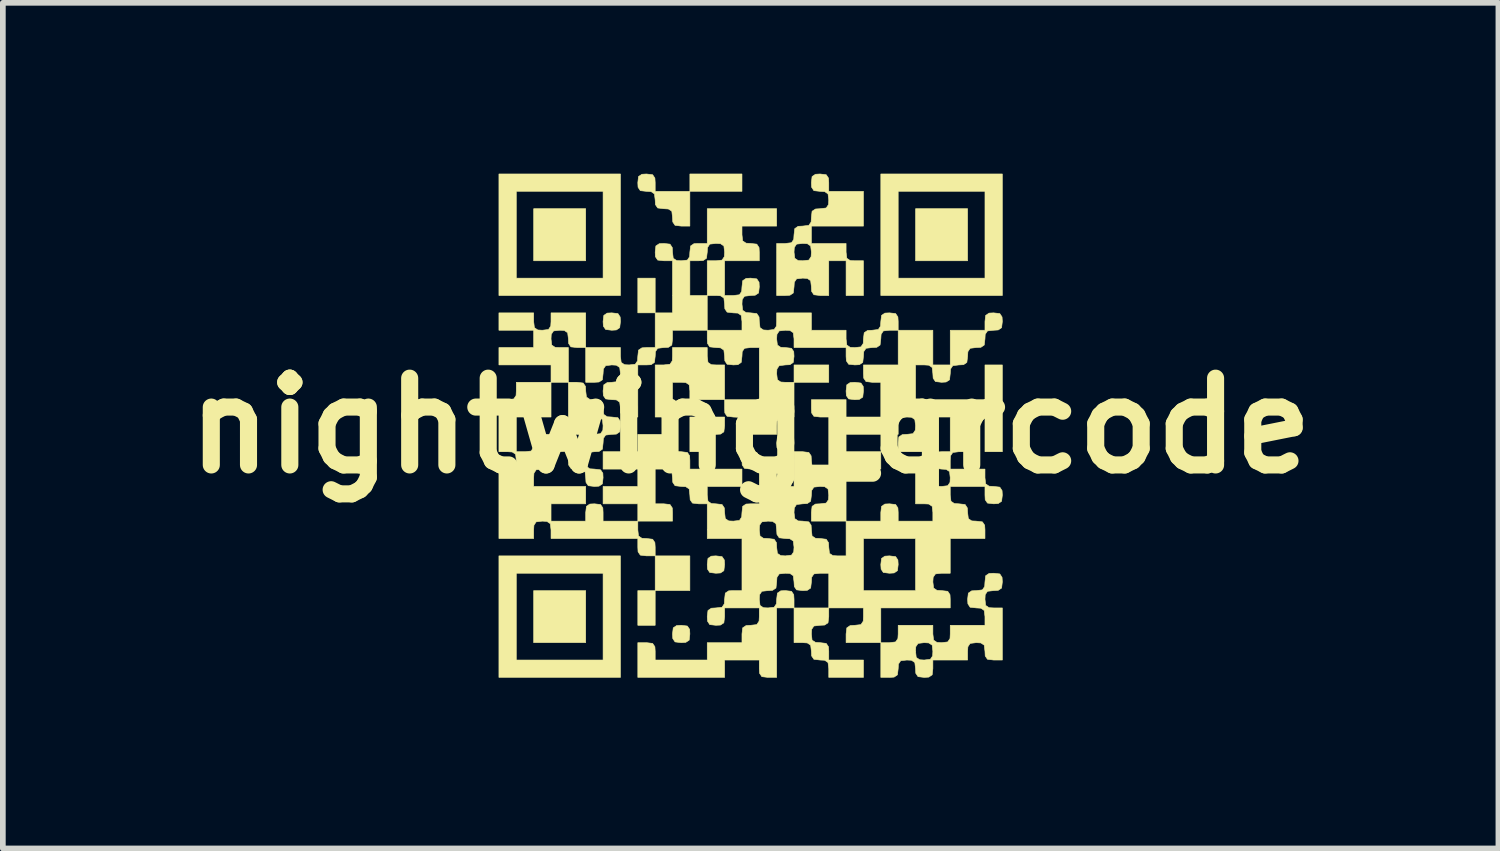
<source format=kicad_pcb>
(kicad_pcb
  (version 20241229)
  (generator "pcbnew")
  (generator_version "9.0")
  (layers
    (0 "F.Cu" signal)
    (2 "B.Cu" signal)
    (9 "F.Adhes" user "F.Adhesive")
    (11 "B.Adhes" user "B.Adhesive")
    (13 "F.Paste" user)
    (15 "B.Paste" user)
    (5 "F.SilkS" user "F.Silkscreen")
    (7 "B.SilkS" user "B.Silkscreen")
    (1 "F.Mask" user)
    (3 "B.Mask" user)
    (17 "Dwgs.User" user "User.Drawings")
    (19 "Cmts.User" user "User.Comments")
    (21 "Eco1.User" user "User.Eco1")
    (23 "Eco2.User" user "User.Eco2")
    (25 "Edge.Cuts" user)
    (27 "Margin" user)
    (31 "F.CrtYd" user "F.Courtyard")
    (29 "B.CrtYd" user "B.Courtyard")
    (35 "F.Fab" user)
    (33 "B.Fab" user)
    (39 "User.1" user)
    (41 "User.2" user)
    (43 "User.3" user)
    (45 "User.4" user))
  (footprint "nightwing_qrcode"
    (layer "F.Cu")
    (at 10.131 4.425)
    (property "Reference" "nightwing_qrcode" (at 0 0 0) (layer "F.SilkS") (effects (font (size 1.524 1.524) (thickness 0.3))))
    (attr through_hole)
    (fp_poly (pts (xy -2.896 -2.896) (xy -3.81 -2.896) (xy -3.81 -3.81) (xy -2.896 -3.81) (xy -2.896 -2.896)) (stroke (width 0.01) (type solid)) (fill yes) (layer "F.SilkS"))
    (fp_poly (pts (xy -2.896 3.81) (xy -3.81 3.81) (xy -3.81 2.896) (xy -2.896 2.896) (xy -2.896 3.81)) (stroke (width 0.01) (type solid)) (fill yes) (layer "F.SilkS"))
    (fp_poly (pts (xy -1.676 -1.981) (xy -1.981 -1.981) (xy -1.981 -2.591) (xy -1.676 -2.591) (xy -1.676 -1.981)) (stroke (width 0.01) (type solid)) (fill yes) (layer "F.SilkS"))
    (fp_poly (pts (xy -1.676 3.505) (xy -1.981 3.505) (xy -1.981 2.896) (xy -1.676 2.896) (xy -1.676 3.505)) (stroke (width 0.01) (type solid)) (fill yes) (layer "F.SilkS"))
    (fp_poly (pts (xy -1.067 2.896) (xy -1.676 2.896) (xy -1.676 2.286) (xy -1.067 2.286) (xy -1.067 2.896)) (stroke (width 0.01) (type solid)) (fill yes) (layer "F.SilkS"))
    (fp_poly (pts (xy -0.152 -4.115) (xy -1.067 -4.115) (xy -1.067 -4.42) (xy -0.152 -4.42) (xy -0.152 -4.115)) (stroke (width 0.01) (type solid)) (fill yes) (layer "F.SilkS"))
    (fp_poly (pts (xy 1.372 -0.762) (xy 0.762 -0.762) (xy 0.762 -1.067) (xy 1.372 -1.067) (xy 1.372 -0.762)) (stroke (width 0.01) (type solid)) (fill yes) (layer "F.SilkS"))
    (fp_poly (pts (xy 3.81 -2.896) (xy 2.896 -2.896) (xy 2.896 -3.81) (xy 3.81 -3.81) (xy 3.81 -2.896)) (stroke (width 0.01) (type solid)) (fill yes) (layer "F.SilkS"))
    (fp_poly (pts (xy -2.286 -2.286) (xy -4.42 -2.286) (xy -4.42 -4.115) (xy -4.115 -4.115) (xy -4.115 -2.591) (xy -2.591 -2.591) (xy -2.591 -4.115) (xy -4.115 -4.115) (xy -4.42 -4.115) (xy -4.42 -4.42) (xy -2.286 -4.42) (xy -2.286 -2.286)) (stroke (width 0.01) (type solid)) (fill yes) (layer "F.SilkS"))
    (fp_poly (pts (xy -2.286 4.42) (xy -4.42 4.42) (xy -4.42 2.591) (xy -4.115 2.591) (xy -4.115 4.115) (xy -2.591 4.115) (xy -2.591 2.591) (xy -4.115 2.591) (xy -4.42 2.591) (xy -4.42 2.286) (xy -2.286 2.286) (xy -2.286 4.42)) (stroke (width 0.01) (type solid)) (fill yes) (layer "F.SilkS"))
    (fp_poly (pts (xy 4.42 -2.286) (xy 2.286 -2.286) (xy 2.286 -4.115) (xy 2.591 -4.115) (xy 2.591 -2.591) (xy 4.115 -2.591) (xy 4.115 -4.115) (xy 2.591 -4.115) (xy 2.286 -4.115) (xy 2.286 -4.42) (xy 4.42 -4.42) (xy 4.42 -2.286)) (stroke (width 0.01) (type solid)) (fill yes) (layer "F.SilkS"))
    (fp_poly (pts (xy -2.33 -1.969) (xy -2.291 -1.909) (xy -2.286 -1.829) (xy -2.299 -1.721) (xy -2.358 -1.681) (xy -2.438 -1.676) (xy -2.546 -1.689) (xy -2.586 -1.748) (xy -2.591 -1.829) (xy -2.578 -1.937) (xy -2.519 -1.977) (xy -2.438 -1.981) (xy -2.33 -1.969)) (stroke (width 0.01) (type solid)) (fill yes) (layer "F.SilkS"))
    (fp_poly (pts (xy -1.111 3.518) (xy -1.071 3.577) (xy -1.067 3.658) (xy -1.079 3.766) (xy -1.139 3.805) (xy -1.219 3.81) (xy -1.327 3.797) (xy -1.367 3.738) (xy -1.372 3.658) (xy -1.359 3.55) (xy -1.3 3.51) (xy -1.219 3.505) (xy -1.111 3.518)) (stroke (width 0.01) (type solid)) (fill yes) (layer "F.SilkS"))
    (fp_poly (pts (xy -0.502 2.299) (xy -0.462 2.358) (xy -0.457 2.438) (xy -0.47 2.546) (xy -0.529 2.586) (xy -0.61 2.591) (xy -0.718 2.578) (xy -0.757 2.519) (xy -0.762 2.438) (xy -0.749 2.33) (xy -0.69 2.291) (xy -0.61 2.286) (xy -0.502 2.299)) (stroke (width 0.01) (type solid)) (fill yes) (layer "F.SilkS"))
    (fp_poly (pts (xy 0.108 0.47) (xy 0.148 0.529) (xy 0.152 0.61) (xy 0.14 0.718) (xy 0.08 0.757) (xy 0 0.762) (xy -0.108 0.749) (xy -0.148 0.69) (xy -0.152 0.61) (xy -0.14 0.502) (xy -0.08 0.462) (xy 0 0.457) (xy 0.108 0.47)) (stroke (width 0.01) (type solid)) (fill yes) (layer "F.SilkS"))
    (fp_poly (pts (xy 0.718 0.165) (xy 0.757 0.224) (xy 0.762 0.305) (xy 0.749 0.413) (xy 0.69 0.453) (xy 0.61 0.457) (xy 0.502 0.445) (xy 0.462 0.385) (xy 0.457 0.305) (xy 0.47 0.197) (xy 0.529 0.157) (xy 0.61 0.152) (xy 0.718 0.165)) (stroke (width 0.01) (type solid)) (fill yes) (layer "F.SilkS"))
    (fp_poly (pts (xy 1.937 -0.749) (xy 1.977 -0.69) (xy 1.981 -0.61) (xy 1.969 -0.502) (xy 1.909 -0.462) (xy 1.829 -0.457) (xy 1.721 -0.47) (xy 1.681 -0.529) (xy 1.676 -0.61) (xy 1.689 -0.718) (xy 1.748 -0.757) (xy 1.829 -0.762) (xy 1.937 -0.749)) (stroke (width 0.01) (type solid)) (fill yes) (layer "F.SilkS"))
    (fp_poly (pts (xy 2.546 2.299) (xy 2.586 2.358) (xy 2.591 2.438) (xy 2.578 2.546) (xy 2.519 2.586) (xy 2.438 2.591) (xy 2.33 2.578) (xy 2.291 2.519) (xy 2.286 2.438) (xy 2.299 2.33) (xy 2.358 2.291) (xy 2.438 2.286) (xy 2.546 2.299)) (stroke (width 0.01) (type solid)) (fill yes) (layer "F.SilkS"))
    (fp_poly (pts (xy -0.457 0) (xy -0.47 0.108) (xy -0.529 0.148) (xy -0.61 0.152) (xy -0.718 0.165) (xy -0.757 0.224) (xy -0.762 0.305) (xy -0.775 0.413) (xy -0.834 0.453) (xy -0.914 0.457) (xy -1.067 0.457) (xy -1.067 -0.152) (xy -0.457 -0.152) (xy -0.457 0)) (stroke (width 0.01) (type solid)) (fill yes) (layer "F.SilkS"))
    (fp_poly (pts (xy -0.762 -1.219) (xy -0.749 -1.111) (xy -0.69 -1.071) (xy -0.61 -1.067) (xy -0.457 -1.067) (xy -0.457 -0.457) (xy -1.067 -0.457) (xy -1.067 -0.61) (xy -1.079 -0.718) (xy -1.139 -0.757) (xy -1.219 -0.762) (xy -1.372 -0.762) (xy -1.372 -0.152) (xy -1.676 -0.152) (xy -1.676 -1.067) (xy -1.524 -1.067) (xy -1.416 -1.079) (xy -1.376 -1.139) (xy -1.372 -1.219) (xy -1.372 -1.372) (xy -0.762 -1.372) (xy -0.762 -1.219)) (stroke (width 0.01) (type solid)) (fill yes) (layer "F.SilkS"))
    (fp_poly (pts (xy -1.721 -4.407) (xy -1.681 -4.348) (xy -1.676 -4.267) (xy -1.676 -4.115) (xy -1.067 -4.115) (xy -1.067 -3.505) (xy -1.219 -3.505) (xy -1.327 -3.518) (xy -1.367 -3.577) (xy -1.372 -3.658) (xy -1.384 -3.766) (xy -1.444 -3.805) (xy -1.524 -3.81) (xy -1.632 -3.823) (xy -1.672 -3.882) (xy -1.676 -3.962) (xy -1.689 -4.07) (xy -1.748 -4.11) (xy -1.829 -4.115) (xy -1.937 -4.127) (xy -1.977 -4.187) (xy -1.981 -4.267) (xy -1.969 -4.375) (xy -1.909 -4.415) (xy -1.829 -4.42) (xy -1.721 -4.407)) (stroke (width 0.01) (type solid)) (fill yes) (layer "F.SilkS"))
    (fp_poly (pts (xy -2.94 -0.749) (xy -2.9 -0.69) (xy -2.896 -0.61) (xy -2.883 -0.502) (xy -2.824 -0.462) (xy -2.743 -0.457) (xy -2.635 -0.445) (xy -2.595 -0.385) (xy -2.591 -0.305) (xy -2.578 -0.197) (xy -2.519 -0.157) (xy -2.438 -0.152) (xy -2.33 -0.14) (xy -2.291 -0.08) (xy -2.286 0) (xy -2.299 0.108) (xy -2.358 0.148) (xy -2.438 0.152) (xy -2.546 0.165) (xy -2.586 0.224) (xy -2.591 0.305) (xy -2.603 0.413) (xy -2.663 0.453) (xy -2.743 0.457) (xy -2.851 0.47) (xy -2.891 0.529) (xy -2.896 0.61) (xy -2.883 0.718) (xy -2.824 0.757) (xy -2.743 0.762) (xy -2.635 0.775) (xy -2.595 0.834) (xy -2.591 0.914) (xy -2.603 1.022) (xy -2.663 1.062) (xy -2.743 1.067) (xy -2.851 1.054) (xy -2.891 0.995) (xy -2.896 0.914) (xy -2.908 0.806) (xy -2.968 0.767) (xy -3.048 0.762) (xy -3.156 0.749) (xy -3.196 0.69) (xy -3.2 0.61) (xy -3.188 0.502) (xy -3.128 0.462) (xy -3.048 0.457) (xy -2.94 0.445) (xy -2.9 0.385) (xy -2.896 0.305) (xy -2.908 0.197) (xy -2.968 0.157) (xy -3.048 0.152) (xy -3.2 0.152) (xy -3.2 0) (xy -2.896 0) (xy -2.883 0.108) (xy -2.824 0.148) (xy -2.743 0.152) (xy -2.635 0.14) (xy -2.595 0.08) (xy -2.591 0) (xy -2.603 -0.108) (xy -2.663 -0.148) (xy -2.743 -0.152) (xy -2.851 -0.14) (xy -2.891 -0.08) (xy -2.896 0) (xy -3.2 0) (xy -3.2 -0.762) (xy -3.048 -0.762) (xy -2.94 -0.749)) (stroke (width 0.01) (type solid)) (fill yes) (layer "F.SilkS"))
    (fp_poly (pts (xy 1.327 -4.407) (xy 1.367 -4.348) (xy 1.372 -4.267) (xy 1.372 -4.115) (xy 1.981 -4.115) (xy 1.981 -3.505) (xy 1.067 -3.505) (xy 1.067 -3.2) (xy 1.676 -3.2) (xy 1.676 -3.048) (xy 1.689 -2.94) (xy 1.748 -2.9) (xy 1.829 -2.896) (xy 1.981 -2.896) (xy 1.981 -2.286) (xy 1.676 -2.286) (xy 1.676 -2.896) (xy 1.372 -2.896) (xy 1.372 -2.286) (xy 1.219 -2.286) (xy 1.111 -2.299) (xy 1.071 -2.358) (xy 1.067 -2.438) (xy 1.054 -2.546) (xy 0.995 -2.586) (xy 0.914 -2.591) (xy 0.806 -2.578) (xy 0.767 -2.519) (xy 0.762 -2.438) (xy 0.749 -2.33) (xy 0.69 -2.291) (xy 0.61 -2.286) (xy 0.457 -2.286) (xy 0.457 -3.048) (xy 0.762 -3.048) (xy 0.775 -2.94) (xy 0.834 -2.9) (xy 0.914 -2.896) (xy 1.022 -2.908) (xy 1.062 -2.968) (xy 1.067 -3.048) (xy 1.054 -3.156) (xy 0.995 -3.196) (xy 0.914 -3.2) (xy 0.806 -3.188) (xy 0.767 -3.128) (xy 0.762 -3.048) (xy 0.457 -3.048) (xy 0.457 -3.2) (xy 0.61 -3.2) (xy 0.718 -3.213) (xy 0.757 -3.272) (xy 0.762 -3.353) (xy 0.775 -3.461) (xy 0.834 -3.501) (xy 0.914 -3.505) (xy 1.022 -3.518) (xy 1.062 -3.577) (xy 1.067 -3.658) (xy 1.079 -3.766) (xy 1.139 -3.805) (xy 1.219 -3.81) (xy 1.327 -3.823) (xy 1.367 -3.882) (xy 1.372 -3.962) (xy 1.359 -4.07) (xy 1.3 -4.11) (xy 1.219 -4.115) (xy 1.111 -4.127) (xy 1.071 -4.187) (xy 1.067 -4.267) (xy 1.079 -4.375) (xy 1.139 -4.415) (xy 1.219 -4.42) (xy 1.327 -4.407)) (stroke (width 0.01) (type solid)) (fill yes) (layer "F.SilkS"))
    (fp_poly (pts (xy 4.375 2.603) (xy 4.415 2.663) (xy 4.42 2.743) (xy 4.407 2.851) (xy 4.348 2.891) (xy 4.267 2.896) (xy 4.159 2.908) (xy 4.119 2.968) (xy 4.115 3.048) (xy 4.127 3.156) (xy 4.187 3.196) (xy 4.267 3.2) (xy 4.42 3.2) (xy 4.42 4.115) (xy 4.267 4.115) (xy 4.159 4.102) (xy 4.119 4.043) (xy 4.115 3.962) (xy 4.102 3.854) (xy 4.043 3.815) (xy 3.962 3.81) (xy 3.854 3.823) (xy 3.815 3.882) (xy 3.81 3.962) (xy 3.81 4.115) (xy 3.2 4.115) (xy 3.2 4.267) (xy 3.188 4.375) (xy 3.128 4.415) (xy 3.048 4.42) (xy 2.94 4.407) (xy 2.9 4.348) (xy 2.896 4.267) (xy 2.883 4.159) (xy 2.824 4.119) (xy 2.743 4.115) (xy 2.635 4.127) (xy 2.595 4.187) (xy 2.591 4.267) (xy 2.578 4.375) (xy 2.519 4.415) (xy 2.438 4.42) (xy 2.286 4.42) (xy 2.286 3.962) (xy 2.896 3.962) (xy 2.908 4.07) (xy 2.968 4.11) (xy 3.048 4.115) (xy 3.156 4.102) (xy 3.196 4.043) (xy 3.2 3.962) (xy 3.188 3.854) (xy 3.128 3.815) (xy 3.048 3.81) (xy 2.94 3.823) (xy 2.9 3.882) (xy 2.896 3.962) (xy 2.286 3.962) (xy 2.286 3.81) (xy 2.438 3.81) (xy 2.546 3.797) (xy 2.586 3.738) (xy 2.591 3.658) (xy 2.591 3.505) (xy 3.2 3.505) (xy 3.2 3.658) (xy 3.213 3.766) (xy 3.272 3.805) (xy 3.353 3.81) (xy 3.461 3.797) (xy 3.501 3.738) (xy 3.505 3.658) (xy 3.505 3.505) (xy 4.115 3.505) (xy 4.115 3.353) (xy 4.102 3.245) (xy 4.043 3.205) (xy 3.962 3.2) (xy 3.854 3.188) (xy 3.815 3.128) (xy 3.81 3.048) (xy 3.823 2.94) (xy 3.882 2.9) (xy 3.962 2.896) (xy 4.07 2.883) (xy 4.11 2.824) (xy 4.115 2.743) (xy 4.127 2.635) (xy 4.187 2.595) (xy 4.267 2.591) (xy 4.375 2.603)) (stroke (width 0.01) (type solid)) (fill yes) (layer "F.SilkS"))
    (fp_poly (pts (xy 3.2 -1.676) (xy 3.2 -1.067) (xy 3.505 -1.067) (xy 3.505 -1.676) (xy 4.115 -1.676) (xy 4.115 -1.829) (xy 4.127 -1.937) (xy 4.187 -1.977) (xy 4.267 -1.981) (xy 4.375 -1.969) (xy 4.415 -1.909) (xy 4.42 -1.829) (xy 4.407 -1.721) (xy 4.348 -1.681) (xy 4.267 -1.676) (xy 4.159 -1.664) (xy 4.119 -1.604) (xy 4.115 -1.524) (xy 4.102 -1.416) (xy 4.043 -1.376) (xy 3.962 -1.372) (xy 3.854 -1.359) (xy 3.815 -1.3) (xy 3.81 -1.219) (xy 3.797 -1.111) (xy 3.738 -1.071) (xy 3.658 -1.067) (xy 3.55 -1.054) (xy 3.51 -0.995) (xy 3.505 -0.914) (xy 3.493 -0.806) (xy 3.433 -0.767) (xy 3.353 -0.762) (xy 3.245 -0.775) (xy 3.205 -0.834) (xy 3.2 -0.914) (xy 3.188 -1.022) (xy 3.128 -1.062) (xy 3.048 -1.067) (xy 2.896 -1.067) (xy 2.896 -0.457) (xy 4.115 -0.457) (xy 4.115 -1.067) (xy 4.42 -1.067) (xy 4.42 0.457) (xy 4.115 0.457) (xy 4.115 -0.152) (xy 3.81 -0.152) (xy 3.81 0.457) (xy 3.658 0.457) (xy 3.55 0.47) (xy 3.51 0.529) (xy 3.505 0.61) (xy 3.505 0.762) (xy 4.115 0.762) (xy 4.115 0.914) (xy 4.127 1.022) (xy 4.187 1.062) (xy 4.267 1.067) (xy 4.375 1.079) (xy 4.415 1.139) (xy 4.42 1.219) (xy 4.407 1.327) (xy 4.348 1.367) (xy 4.267 1.372) (xy 4.159 1.359) (xy 4.119 1.3) (xy 4.115 1.219) (xy 4.115 1.067) (xy 3.505 1.067) (xy 3.505 1.219) (xy 3.518 1.327) (xy 3.577 1.367) (xy 3.658 1.372) (xy 3.766 1.384) (xy 3.805 1.444) (xy 3.81 1.524) (xy 3.823 1.632) (xy 3.882 1.672) (xy 3.962 1.676) (xy 4.07 1.689) (xy 4.11 1.748) (xy 4.115 1.829) (xy 4.115 1.981) (xy 3.505 1.981) (xy 3.505 2.591) (xy 3.353 2.591) (xy 3.245 2.603) (xy 3.205 2.663) (xy 3.2 2.743) (xy 3.213 2.851) (xy 3.272 2.891) (xy 3.353 2.896) (xy 3.461 2.908) (xy 3.501 2.968) (xy 3.505 3.048) (xy 3.505 3.2) (xy 2.286 3.2) (xy 2.286 3.81) (xy 1.676 3.81) (xy 1.676 3.658) (xy 1.689 3.55) (xy 1.748 3.51) (xy 1.829 3.505) (xy 1.937 3.493) (xy 1.977 3.433) (xy 1.981 3.353) (xy 1.981 3.2) (xy 1.372 3.2) (xy 1.372 3.353) (xy 1.359 3.461) (xy 1.3 3.501) (xy 1.219 3.505) (xy 1.111 3.518) (xy 1.071 3.577) (xy 1.067 3.658) (xy 1.079 3.766) (xy 1.139 3.805) (xy 1.219 3.81) (xy 1.327 3.823) (xy 1.367 3.882) (xy 1.372 3.962) (xy 1.372 4.115) (xy 1.981 4.115) (xy 1.981 4.42) (xy 1.372 4.42) (xy 1.372 4.267) (xy 1.359 4.159) (xy 1.3 4.119) (xy 1.219 4.115) (xy 1.111 4.102) (xy 1.071 4.043) (xy 1.067 3.962) (xy 1.054 3.854) (xy 0.995 3.815) (xy 0.914 3.81) (xy 0.762 3.81) (xy 0.762 3.2) (xy 0.457 3.2) (xy 0.457 4.42) (xy 0.305 4.42) (xy 0.197 4.407) (xy 0.157 4.348) (xy 0.152 4.267) (xy 0.152 4.115) (xy -0.457 4.115) (xy -0.457 4.42) (xy -1.981 4.42) (xy -1.981 3.81) (xy -1.829 3.81) (xy -1.721 3.823) (xy -1.681 3.882) (xy -1.676 3.962) (xy -1.676 4.115) (xy -0.762 4.115) (xy -0.762 3.81) (xy -0.152 3.81) (xy -0.152 3.658) (xy -0.14 3.55) (xy -0.08 3.51) (xy 0 3.505) (xy 0.108 3.493) (xy 0.148 3.433) (xy 0.152 3.353) (xy 0.152 3.2) (xy -0.457 3.2) (xy -0.457 3.353) (xy -0.47 3.461) (xy -0.529 3.501) (xy -0.61 3.505) (xy -0.718 3.493) (xy -0.757 3.433) (xy -0.762 3.353) (xy -0.749 3.245) (xy -0.69 3.205) (xy -0.61 3.2) (xy -0.502 3.188) (xy -0.462 3.128) (xy -0.457 3.048) (xy 0.152 3.048) (xy 0.165 3.156) (xy 0.224 3.196) (xy 0.305 3.2) (xy 0.413 3.188) (xy 0.453 3.128) (xy 0.457 3.048) (xy 0.47 2.94) (xy 0.529 2.9) (xy 0.61 2.896) (xy 0.718 2.908) (xy 0.757 2.968) (xy 0.762 3.048) (xy 0.762 3.2) (xy 1.372 3.2) (xy 1.372 2.591) (xy 1.219 2.591) (xy 1.111 2.603) (xy 1.071 2.663) (xy 1.067 2.743) (xy 1.054 2.851) (xy 0.995 2.891) (xy 0.914 2.896) (xy 0.806 2.883) (xy 0.767 2.824) (xy 0.762 2.743) (xy 0.749 2.635) (xy 0.69 2.595) (xy 0.61 2.591) (xy 0.502 2.603) (xy 0.462 2.663) (xy 0.457 2.743) (xy 0.445 2.851) (xy 0.385 2.891) (xy 0.305 2.896) (xy 0.197 2.908) (xy 0.157 2.968) (xy 0.152 3.048) (xy -0.457 3.048) (xy -0.445 2.94) (xy -0.385 2.9) (xy -0.305 2.896) (xy -0.152 2.896) (xy -0.152 1.981) (xy -0.762 1.981) (xy -0.762 1.829) (xy 0.152 1.829) (xy 0.165 1.937) (xy 0.224 1.977) (xy 0.305 1.981) (xy 0.413 1.994) (xy 0.453 2.053) (xy 0.457 2.134) (xy 0.47 2.242) (xy 0.529 2.281) (xy 0.61 2.286) (xy 0.718 2.273) (xy 0.757 2.214) (xy 0.762 2.134) (xy 0.749 2.026) (xy 0.69 1.986) (xy 0.61 1.981) (xy 0.502 1.969) (xy 0.462 1.909) (xy 0.457 1.829) (xy 0.445 1.721) (xy 0.385 1.681) (xy 0.305 1.676) (xy 0.197 1.689) (xy 0.157 1.748) (xy 0.152 1.829) (xy -0.762 1.829) (xy -0.762 1.372) (xy -0.914 1.372) (xy -1.022 1.359) (xy -1.062 1.3) (xy -1.067 1.219) (xy -1.079 1.111) (xy -1.139 1.071) (xy -1.219 1.067) (xy -1.327 1.054) (xy -1.367 0.995) (xy -1.372 0.914) (xy -1.384 0.806) (xy -1.444 0.767) (xy -1.524 0.762) (xy -1.676 0.762) (xy -1.676 1.372) (xy -1.524 1.372) (xy -1.416 1.384) (xy -1.376 1.444) (xy -1.372 1.524) (xy -1.372 1.676) (xy -1.981 1.676) (xy -1.981 1.829) (xy -1.969 1.937) (xy -1.909 1.977) (xy -1.829 1.981) (xy -1.721 1.994) (xy -1.681 2.053) (xy -1.676 2.134) (xy -1.676 2.286) (xy -1.829 2.286) (xy -1.937 2.273) (xy -1.977 2.214) (xy -1.981 2.134) (xy -1.981 1.981) (xy -3.505 1.981) (xy -3.505 1.829) (xy -3.518 1.721) (xy -3.577 1.681) (xy -3.658 1.676) (xy -3.766 1.689) (xy -3.805 1.748) (xy -3.81 1.829) (xy -3.81 1.981) (xy -4.42 1.981) (xy -4.42 0.762) (xy -4.267 0.762) (xy -4.159 0.749) (xy -4.119 0.69) (xy -4.115 0.61) (xy -4.127 0.502) (xy -4.187 0.462) (xy -4.267 0.457) (xy -4.42 0.457) (xy -4.42 -0.152) (xy -4.115 -0.152) (xy -4.115 0.457) (xy -3.962 0.457) (xy -3.854 0.445) (xy -3.815 0.385) (xy -3.81 0.305) (xy -3.81 0.152) (xy -3.2 0.152) (xy -3.2 0.305) (xy -3.213 0.413) (xy -3.272 0.453) (xy -3.353 0.457) (xy -3.461 0.47) (xy -3.501 0.529) (xy -3.505 0.61) (xy -3.518 0.718) (xy -3.577 0.757) (xy -3.658 0.762) (xy -3.766 0.775) (xy -3.805 0.834) (xy -3.81 0.914) (xy -3.81 1.067) (xy -2.896 1.067) (xy -2.896 1.372) (xy -3.505 1.372) (xy -3.505 1.676) (xy -2.896 1.676) (xy -2.896 1.524) (xy -2.883 1.416) (xy -2.824 1.376) (xy -2.743 1.372) (xy -2.635 1.384) (xy -2.595 1.444) (xy -2.591 1.524) (xy -2.591 1.676) (xy -1.981 1.676) (xy -1.981 1.372) (xy -2.591 1.372) (xy -2.591 1.067) (xy -1.981 1.067) (xy -1.981 0.762) (xy -2.591 0.762) (xy -2.591 0.457) (xy -1.981 0.457) (xy -1.981 0.152) (xy -1.372 0.152) (xy -1.372 0.305) (xy -1.359 0.413) (xy -1.3 0.453) (xy -1.219 0.457) (xy -1.111 0.47) (xy -1.071 0.529) (xy -1.067 0.61) (xy -1.067 0.762) (xy -0.152 0.762) (xy -0.152 1.067) (xy -0.762 1.067) (xy -0.762 1.219) (xy -0.749 1.327) (xy -0.69 1.367) (xy -0.61 1.372) (xy -0.502 1.384) (xy -0.462 1.444) (xy -0.457 1.524) (xy -0.445 1.632) (xy -0.385 1.672) (xy -0.305 1.676) (xy -0.197 1.664) (xy -0.157 1.604) (xy -0.152 1.524) (xy 0.762 1.524) (xy 0.775 1.632) (xy 0.834 1.672) (xy 0.914 1.676) (xy 1.022 1.689) (xy 1.062 1.748) (xy 1.067 1.829) (xy 1.079 1.937) (xy 1.139 1.977) (xy 1.219 1.981) (xy 1.327 1.994) (xy 1.367 2.053) (xy 1.372 2.134) (xy 1.384 2.242) (xy 1.444 2.281) (xy 1.524 2.286) (xy 1.676 2.286) (xy 1.676 1.981) (xy 1.981 1.981) (xy 1.981 2.896) (xy 2.896 2.896) (xy 2.896 1.981) (xy 1.981 1.981) (xy 1.676 1.981) (xy 1.676 1.676) (xy 1.067 1.676) (xy 1.067 1.524) (xy 1.079 1.416) (xy 1.139 1.376) (xy 1.219 1.372) (xy 1.327 1.359) (xy 1.367 1.3) (xy 1.372 1.219) (xy 1.359 1.111) (xy 1.3 1.071) (xy 1.219 1.067) (xy 1.111 1.079) (xy 1.071 1.139) (xy 1.067 1.219) (xy 1.054 1.327) (xy 0.995 1.367) (xy 0.914 1.372) (xy 0.806 1.384) (xy 0.767 1.444) (xy 0.762 1.524) (xy -0.152 1.524) (xy -0.14 1.416) (xy -0.08 1.376) (xy 0 1.372) (xy 0.152 1.372) (xy 0.152 0.762) (xy 0.305 0.762) (xy 0.413 0.775) (xy 0.453 0.834) (xy 0.457 0.914) (xy 0.47 1.022) (xy 0.529 1.062) (xy 0.61 1.067) (xy 0.762 1.067) (xy 0.762 0.457) (xy 0.914 0.457) (xy 1.022 0.47) (xy 1.062 0.529) (xy 1.067 0.61) (xy 1.079 0.718) (xy 1.139 0.757) (xy 1.219 0.762) (xy 1.372 0.762) (xy 1.372 0.152) (xy 1.676 0.152) (xy 1.676 0.457) (xy 2.286 0.457) (xy 2.286 0.762) (xy 1.676 0.762) (xy 1.676 1.676) (xy 2.286 1.676) (xy 2.286 1.524) (xy 2.299 1.416) (xy 2.358 1.376) (xy 2.438 1.372) (xy 2.546 1.384) (xy 2.586 1.444) (xy 2.591 1.524) (xy 2.591 1.676) (xy 3.2 1.676) (xy 3.2 1.524) (xy 3.188 1.416) (xy 3.128 1.376) (xy 3.048 1.372) (xy 2.896 1.372) (xy 2.896 0.762) (xy 3.048 0.762) (xy 3.156 0.775) (xy 3.196 0.834) (xy 3.2 0.914) (xy 3.213 1.022) (xy 3.272 1.062) (xy 3.353 1.067) (xy 3.461 1.054) (xy 3.501 0.995) (xy 3.505 0.914) (xy 3.493 0.806) (xy 3.433 0.767) (xy 3.353 0.762) (xy 3.245 0.749) (xy 3.205 0.69) (xy 3.2 0.61) (xy 3.213 0.502) (xy 3.272 0.462) (xy 3.353 0.457) (xy 3.505 0.457) (xy 3.505 -0.152) (xy 3.2 -0.152) (xy 3.2 0.457) (xy 2.591 0.457) (xy 2.591 0.305) (xy 2.603 0.197) (xy 2.663 0.157) (xy 2.743 0.152) (xy 2.851 0.14) (xy 2.891 0.08) (xy 2.896 0) (xy 2.883 -0.108) (xy 2.824 -0.148) (xy 2.743 -0.152) (xy 2.635 -0.14) (xy 2.595 -0.08) (xy 2.591 0) (xy 2.591 0.152) (xy 1.676 0.152) (xy 1.372 0.152) (xy 1.372 -0.152) (xy 1.219 -0.152) (xy 1.111 -0.165) (xy 1.071 -0.224) (xy 1.067 -0.305) (xy 1.067 -0.457) (xy 1.676 -0.457) (xy 1.676 -0.152) (xy 2.286 -0.152) (xy 2.286 -0.762) (xy 2.134 -0.762) (xy 2.026 -0.775) (xy 1.986 -0.834) (xy 1.981 -0.914) (xy 1.981 -1.067) (xy 2.591 -1.067) (xy 2.591 -1.676) (xy 2.438 -1.676) (xy 2.33 -1.664) (xy 2.291 -1.604) (xy 2.286 -1.524) (xy 2.273 -1.416) (xy 2.214 -1.376) (xy 2.134 -1.372) (xy 2.026 -1.359) (xy 1.986 -1.3) (xy 1.981 -1.219) (xy 1.969 -1.111) (xy 1.909 -1.071) (xy 1.829 -1.067) (xy 1.721 -1.079) (xy 1.681 -1.139) (xy 1.676 -1.219) (xy 1.676 -1.372) (xy 0.762 -1.372) (xy 0.762 -1.524) (xy 0.749 -1.632) (xy 0.69 -1.672) (xy 0.61 -1.676) (xy 0.502 -1.664) (xy 0.462 -1.604) (xy 0.457 -1.524) (xy 0.47 -1.416) (xy 0.529 -1.376) (xy 0.61 -1.372) (xy 0.718 -1.359) (xy 0.757 -1.3) (xy 0.762 -1.219) (xy 0.749 -1.111) (xy 0.69 -1.071) (xy 0.61 -1.067) (xy 0.502 -1.054) (xy 0.462 -0.995) (xy 0.457 -0.914) (xy 0.47 -0.806) (xy 0.529 -0.767) (xy 0.61 -0.762) (xy 0.762 -0.762) (xy 0.762 -0.152) (xy 0.61 -0.152) (xy 0.502 -0.14) (xy 0.462 -0.08) (xy 0.457 0) (xy 0.457 0.152) (xy -0.152 0.152) (xy -0.152 0) (xy -0.165 -0.108) (xy -0.224 -0.148) (xy -0.305 -0.152) (xy -0.413 -0.165) (xy -0.453 -0.224) (xy -0.457 -0.305) (xy -0.457 -0.457) (xy 0.152 -0.457) (xy 0.152 -1.372) (xy 0 -1.372) (xy -0.108 -1.359) (xy -0.148 -1.3) (xy -0.152 -1.219) (xy -0.165 -1.111) (xy -0.224 -1.071) (xy -0.305 -1.067) (xy -0.413 -1.079) (xy -0.453 -1.139) (xy -0.457 -1.219) (xy -0.47 -1.327) (xy -0.529 -1.367) (xy -0.61 -1.372) (xy -0.718 -1.384) (xy -0.757 -1.444) (xy -0.762 -1.524) (xy -0.762 -1.676) (xy -1.372 -1.676) (xy -1.372 -1.524) (xy -1.384 -1.416) (xy -1.444 -1.376) (xy -1.524 -1.372) (xy -1.632 -1.359) (xy -1.672 -1.3) (xy -1.676 -1.219) (xy -1.689 -1.111) (xy -1.748 -1.071) (xy -1.829 -1.067) (xy -1.981 -1.067) (xy -1.981 -0.152) (xy -2.134 -0.152) (xy -2.242 -0.165) (xy -2.281 -0.224) (xy -2.286 -0.305) (xy -2.299 -0.413) (xy -2.358 -0.453) (xy -2.438 -0.457) (xy -2.546 -0.47) (xy -2.586 -0.529) (xy -2.591 -0.61) (xy -2.578 -0.718) (xy -2.519 -0.757) (xy -2.438 -0.762) (xy -2.33 -0.775) (xy -2.291 -0.834) (xy -2.286 -0.914) (xy -2.299 -1.022) (xy -2.358 -1.062) (xy -2.438 -1.067) (xy -2.546 -1.054) (xy -2.586 -0.995) (xy -2.591 -0.914) (xy -2.603 -0.806) (xy -2.663 -0.767) (xy -2.743 -0.762) (xy -2.896 -0.762) (xy -2.896 -1.372) (xy -3.048 -1.372) (xy -3.156 -1.384) (xy -3.196 -1.444) (xy -3.2 -1.524) (xy -3.213 -1.632) (xy -3.272 -1.672) (xy -3.353 -1.676) (xy -3.461 -1.664) (xy -3.501 -1.604) (xy -3.505 -1.524) (xy -3.493 -1.416) (xy -3.433 -1.376) (xy -3.353 -1.372) (xy -3.2 -1.372) (xy -3.2 -0.762) (xy -3.505 -0.762) (xy -3.505 -0.152) (xy -4.115 -0.152) (xy -4.42 -0.152) (xy -4.42 -0.457) (xy -4.267 -0.457) (xy -4.159 -0.47) (xy -4.119 -0.529) (xy -4.115 -0.61) (xy -4.115 -0.762) (xy -3.505 -0.762) (xy -3.505 -1.067) (xy -4.42 -1.067) (xy -4.42 -1.372) (xy -3.81 -1.372) (xy -3.81 -1.676) (xy -4.42 -1.676) (xy -4.42 -1.981) (xy -3.81 -1.981) (xy -3.81 -1.829) (xy -3.797 -1.721) (xy -3.738 -1.681) (xy -3.658 -1.676) (xy -3.55 -1.689) (xy -3.51 -1.748) (xy -3.505 -1.829) (xy -3.505 -1.981) (xy -2.896 -1.981) (xy -2.896 -1.372) (xy -2.286 -1.372) (xy -2.286 -1.219) (xy -2.273 -1.111) (xy -2.214 -1.071) (xy -2.134 -1.067) (xy -2.026 -1.079) (xy -1.986 -1.139) (xy -1.981 -1.219) (xy -1.969 -1.327) (xy -1.909 -1.367) (xy -1.829 -1.372) (xy -1.676 -1.372) (xy -1.676 -1.981) (xy -1.372 -1.981) (xy -1.372 -2.896) (xy -1.524 -2.896) (xy -1.632 -2.908) (xy -1.672 -2.968) (xy -1.676 -3.048) (xy -1.664 -3.156) (xy -1.604 -3.196) (xy -1.524 -3.2) (xy -1.416 -3.188) (xy -1.376 -3.128) (xy -1.372 -3.048) (xy -1.359 -2.94) (xy -1.3 -2.9) (xy -1.219 -2.896) (xy -1.067 -2.896) (xy -1.067 -2.286) (xy -0.762 -2.286) (xy -0.762 -1.676) (xy -0.152 -1.676) (xy -0.152 -1.829) (xy -0.165 -1.937) (xy -0.224 -1.977) (xy -0.305 -1.981) (xy -0.413 -1.994) (xy -0.453 -2.053) (xy -0.457 -2.134) (xy -0.47 -2.242) (xy -0.529 -2.281) (xy -0.61 -2.286) (xy -0.762 -2.286) (xy -0.762 -2.896) (xy -0.61 -2.896) (xy -0.502 -2.908) (xy -0.462 -2.968) (xy -0.457 -3.048) (xy -0.47 -3.156) (xy -0.529 -3.196) (xy -0.61 -3.2) (xy -0.718 -3.188) (xy -0.757 -3.128) (xy -0.762 -3.048) (xy -0.775 -2.94) (xy -0.834 -2.9) (xy -0.914 -2.896) (xy -1.067 -2.896) (xy -1.219 -2.896) (xy -1.111 -2.908) (xy -1.071 -2.968) (xy -1.067 -3.048) (xy -1.054 -3.156) (xy -0.995 -3.196) (xy -0.914 -3.2) (xy -0.762 -3.2) (xy -0.762 -3.81) (xy 0.457 -3.81) (xy 0.457 -3.505) (xy -0.152 -3.505) (xy -0.152 -3.353) (xy -0.14 -3.245) (xy -0.08 -3.205) (xy 0 -3.2) (xy 0.108 -3.188) (xy 0.148 -3.128) (xy 0.152 -3.048) (xy 0.152 -2.896) (xy -0.457 -2.896) (xy -0.457 -2.286) (xy -0.305 -2.286) (xy -0.197 -2.299) (xy -0.157 -2.358) (xy -0.152 -2.438) (xy -0.14 -2.546) (xy -0.08 -2.586) (xy 0 -2.591) (xy 0.108 -2.578) (xy 0.148 -2.519) (xy 0.152 -2.438) (xy 0.14 -2.33) (xy 0.08 -2.291) (xy 0 -2.286) (xy -0.108 -2.273) (xy -0.148 -2.214) (xy -0.152 -2.134) (xy -0.14 -2.026) (xy -0.08 -1.986) (xy 0 -1.981) (xy 0.108 -1.969) (xy 0.148 -1.909) (xy 0.152 -1.829) (xy 0.165 -1.721) (xy 0.224 -1.681) (xy 0.305 -1.676) (xy 0.413 -1.689) (xy 0.453 -1.748) (xy 0.457 -1.829) (xy 0.457 -1.981) (xy 1.067 -1.981) (xy 1.067 -1.676) (xy 1.676 -1.676) (xy 1.676 -1.524) (xy 1.689 -1.416) (xy 1.748 -1.376) (xy 1.829 -1.372) (xy 1.937 -1.384) (xy 1.977 -1.444) (xy 1.981 -1.524) (xy 1.994 -1.632) (xy 2.053 -1.672) (xy 2.134 -1.676) (xy 2.242 -1.689) (xy 2.281 -1.748) (xy 2.286 -1.829) (xy 2.299 -1.937) (xy 2.358 -1.977) (xy 2.438 -1.981) (xy 2.546 -1.969) (xy 2.586 -1.909) (xy 2.591 -1.829) (xy 2.591 -1.676) (xy 3.2 -1.676)) (stroke (width 0.01) (type solid)) (fill yes) (layer "F.SilkS")))
  (gr_rect
    (start -3 -3)
    (end 23.262 11.849)
    (stroke (width 0.1) (type default))
    (fill no)
    (layer "Edge.Cuts")))
</source>
